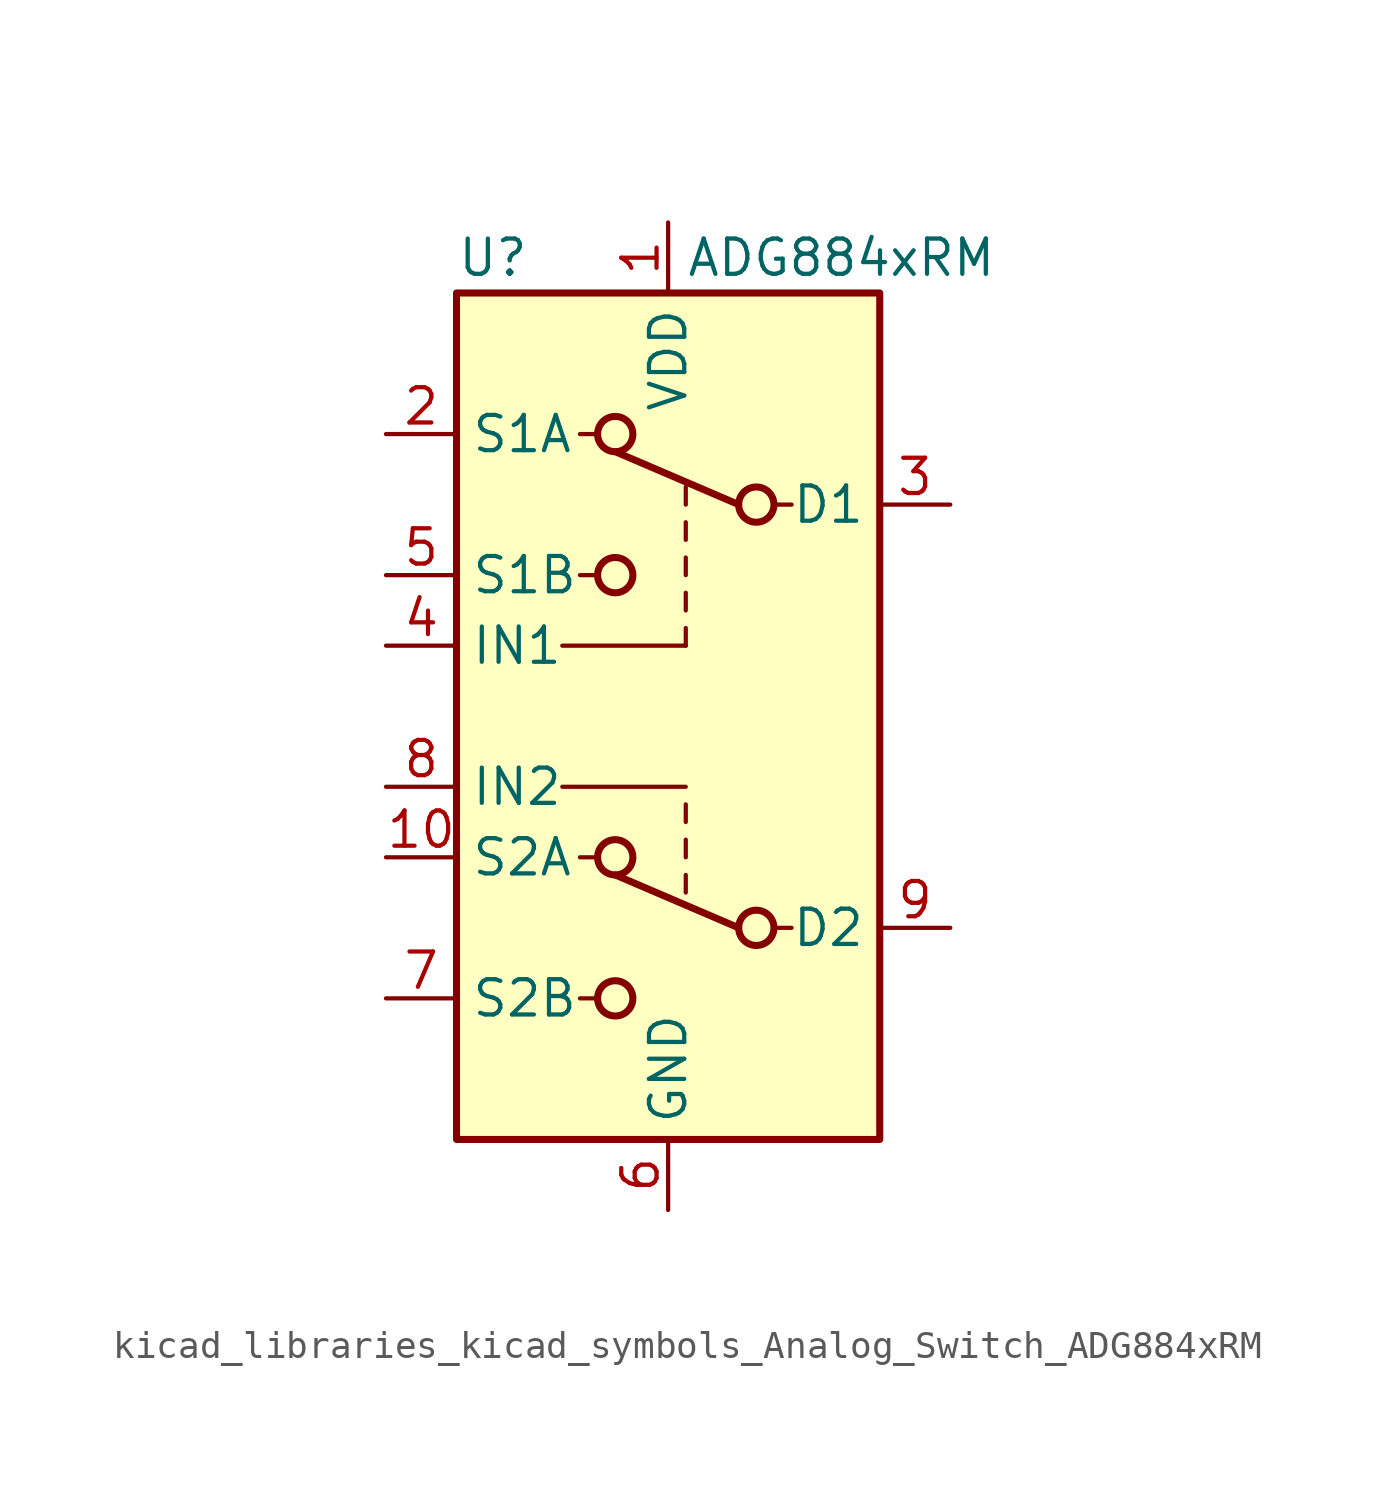
<source format=kicad_sym>
(kicad_symbol_lib
  (version 20220914)
  (generator kicad_symbol_editor)
  (symbol "kicad_libraries_kicad_symbols_Analog_Switch_ADG884xRM"
    (property "Reference" "U"
      (at -7.62 16.51 0)
      (effects (font (size 1.27 1.27)) (justify left)))
    (property "Value" "ADG884xRM"
      (at 0.635 16.51 0)
      (effects (font (size 1.27 1.27)) (justify left)))
    (symbol "kicad_libraries_kicad_symbols_Analog_Switch_ADG884xRM_0_1"
      (rectangle (start -7.62 15.24) (end 7.62 -15.24) (stroke (width 0.254) (type default)) (fill (type background)))
      (circle (center -1.905 -10.16) (radius 0.635) (stroke (width 0.254) (type default)) (fill (type none)))
      (circle (center -1.905 -5.08) (radius 0.635) (stroke (width 0.254) (type default)) (fill (type none)))
      (circle (center -1.905 5.08) (radius 0.635) (stroke (width 0.254) (type default)) (fill (type none)))
      (circle (center -1.905 10.16) (radius 0.635) (stroke (width 0.254) (type default)) (fill (type none)))
      (polyline (pts (xy -3.81 -2.54) (xy 0.635 -2.54)) (stroke (width 0) (type default)) (fill (type none)))
      (polyline (pts (xy -3.81 2.54) (xy 0.635 2.54)) (stroke (width 0) (type default)) (fill (type none)))
      (polyline (pts (xy -3.175 -10.16) (xy -2.54 -10.16)) (stroke (width 0) (type default)) (fill (type none)))
      (polyline (pts (xy -3.175 -5.08) (xy -2.54 -5.08)) (stroke (width 0) (type default)) (fill (type none)))
      (polyline (pts (xy -3.175 5.08) (xy -2.54 5.08)) (stroke (width 0) (type default)) (fill (type none)))
      (polyline (pts (xy -3.175 10.16) (xy -2.54 10.16)) (stroke (width 0) (type default)) (fill (type none)))
      (polyline (pts (xy -1.905 9.525) (xy 2.54 7.62)) (stroke (width 0.254) (type default)) (fill (type none)))
      (polyline (pts (xy 0.635 -5.715) (xy 0.635 -6.35)) (stroke (width 0) (type default)) (fill (type none)))
      (polyline (pts (xy 0.635 -4.445) (xy 0.635 -5.08)) (stroke (width 0) (type default)) (fill (type none)))
      (polyline (pts (xy 0.635 -3.175) (xy 0.635 -3.81)) (stroke (width 0) (type default)) (fill (type none)))
      (polyline (pts (xy 0.635 3.175) (xy 0.635 2.54)) (stroke (width 0) (type default)) (fill (type none)))
      (polyline (pts (xy 0.635 4.445) (xy 0.635 3.81)) (stroke (width 0) (type default)) (fill (type none)))
      (polyline (pts (xy 0.635 5.715) (xy 0.635 5.08)) (stroke (width 0) (type default)) (fill (type none)))
      (polyline (pts (xy 0.635 6.985) (xy 0.635 6.35)) (stroke (width 0) (type default)) (fill (type none)))
      (polyline (pts (xy 0.635 8.255) (xy 0.635 7.62)) (stroke (width 0) (type default)) (fill (type none)))
      (polyline (pts (xy 2.54 -7.62) (xy -1.905 -5.715)) (stroke (width 0.254) (type default)) (fill (type none)))
      (polyline (pts (xy 4.445 -7.62) (xy 3.81 -7.62)) (stroke (width 0) (type default)) (fill (type none)))
      (polyline (pts (xy 4.445 7.62) (xy 3.81 7.62)) (stroke (width 0) (type default)) (fill (type none)))
      (circle (center 3.175 -7.62) (radius 0.635) (stroke (width 0.254) (type default)) (fill (type none)))
      (circle (center 3.175 7.62) (radius 0.635) (stroke (width 0.254) (type default)) (fill (type none))))
    (symbol "kicad_libraries_kicad_symbols_Analog_Switch_ADG884xRM_1_1"
      (pin power_in line (at 0 17.78 270) (length 2.54) (name "VDD" (effects (font (size 1.27 1.27)))) (number "1" (effects (font (size 1.27 1.27)))))
      (pin bidirectional line (at -10.16 -5.08 0) (length 2.54) (name "S2A" (effects (font (size 1.27 1.27)))) (number "10" (effects (font (size 1.27 1.27)))))
      (pin bidirectional line (at -10.16 10.16 0) (length 2.54) (name "S1A" (effects (font (size 1.27 1.27)))) (number "2" (effects (font (size 1.27 1.27)))))
      (pin bidirectional line (at 10.16 7.62 180) (length 2.54) (name "D1" (effects (font (size 1.27 1.27)))) (number "3" (effects (font (size 1.27 1.27)))))
      (pin input line (at -10.16 2.54 0) (length 2.54) (name "IN1" (effects (font (size 1.27 1.27)))) (number "4" (effects (font (size 1.27 1.27)))))
      (pin bidirectional line (at -10.16 5.08 0) (length 2.54) (name "S1B" (effects (font (size 1.27 1.27)))) (number "5" (effects (font (size 1.27 1.27)))))
      (pin power_in line (at 0 -17.78 90) (length 2.54) (name "GND" (effects (font (size 1.27 1.27)))) (number "6" (effects (font (size 1.27 1.27)))))
      (pin bidirectional line (at -10.16 -10.16 0) (length 2.54) (name "S2B" (effects (font (size 1.27 1.27)))) (number "7" (effects (font (size 1.27 1.27)))))
      (pin input line (at -10.16 -2.54 0) (length 2.54) (name "IN2" (effects (font (size 1.27 1.27)))) (number "8" (effects (font (size 1.27 1.27)))))
      (pin bidirectional line (at 10.16 -7.62 180) (length 2.54) (name "D2" (effects (font (size 1.27 1.27)))) (number "9" (effects (font (size 1.27 1.27))))))))
</source>
